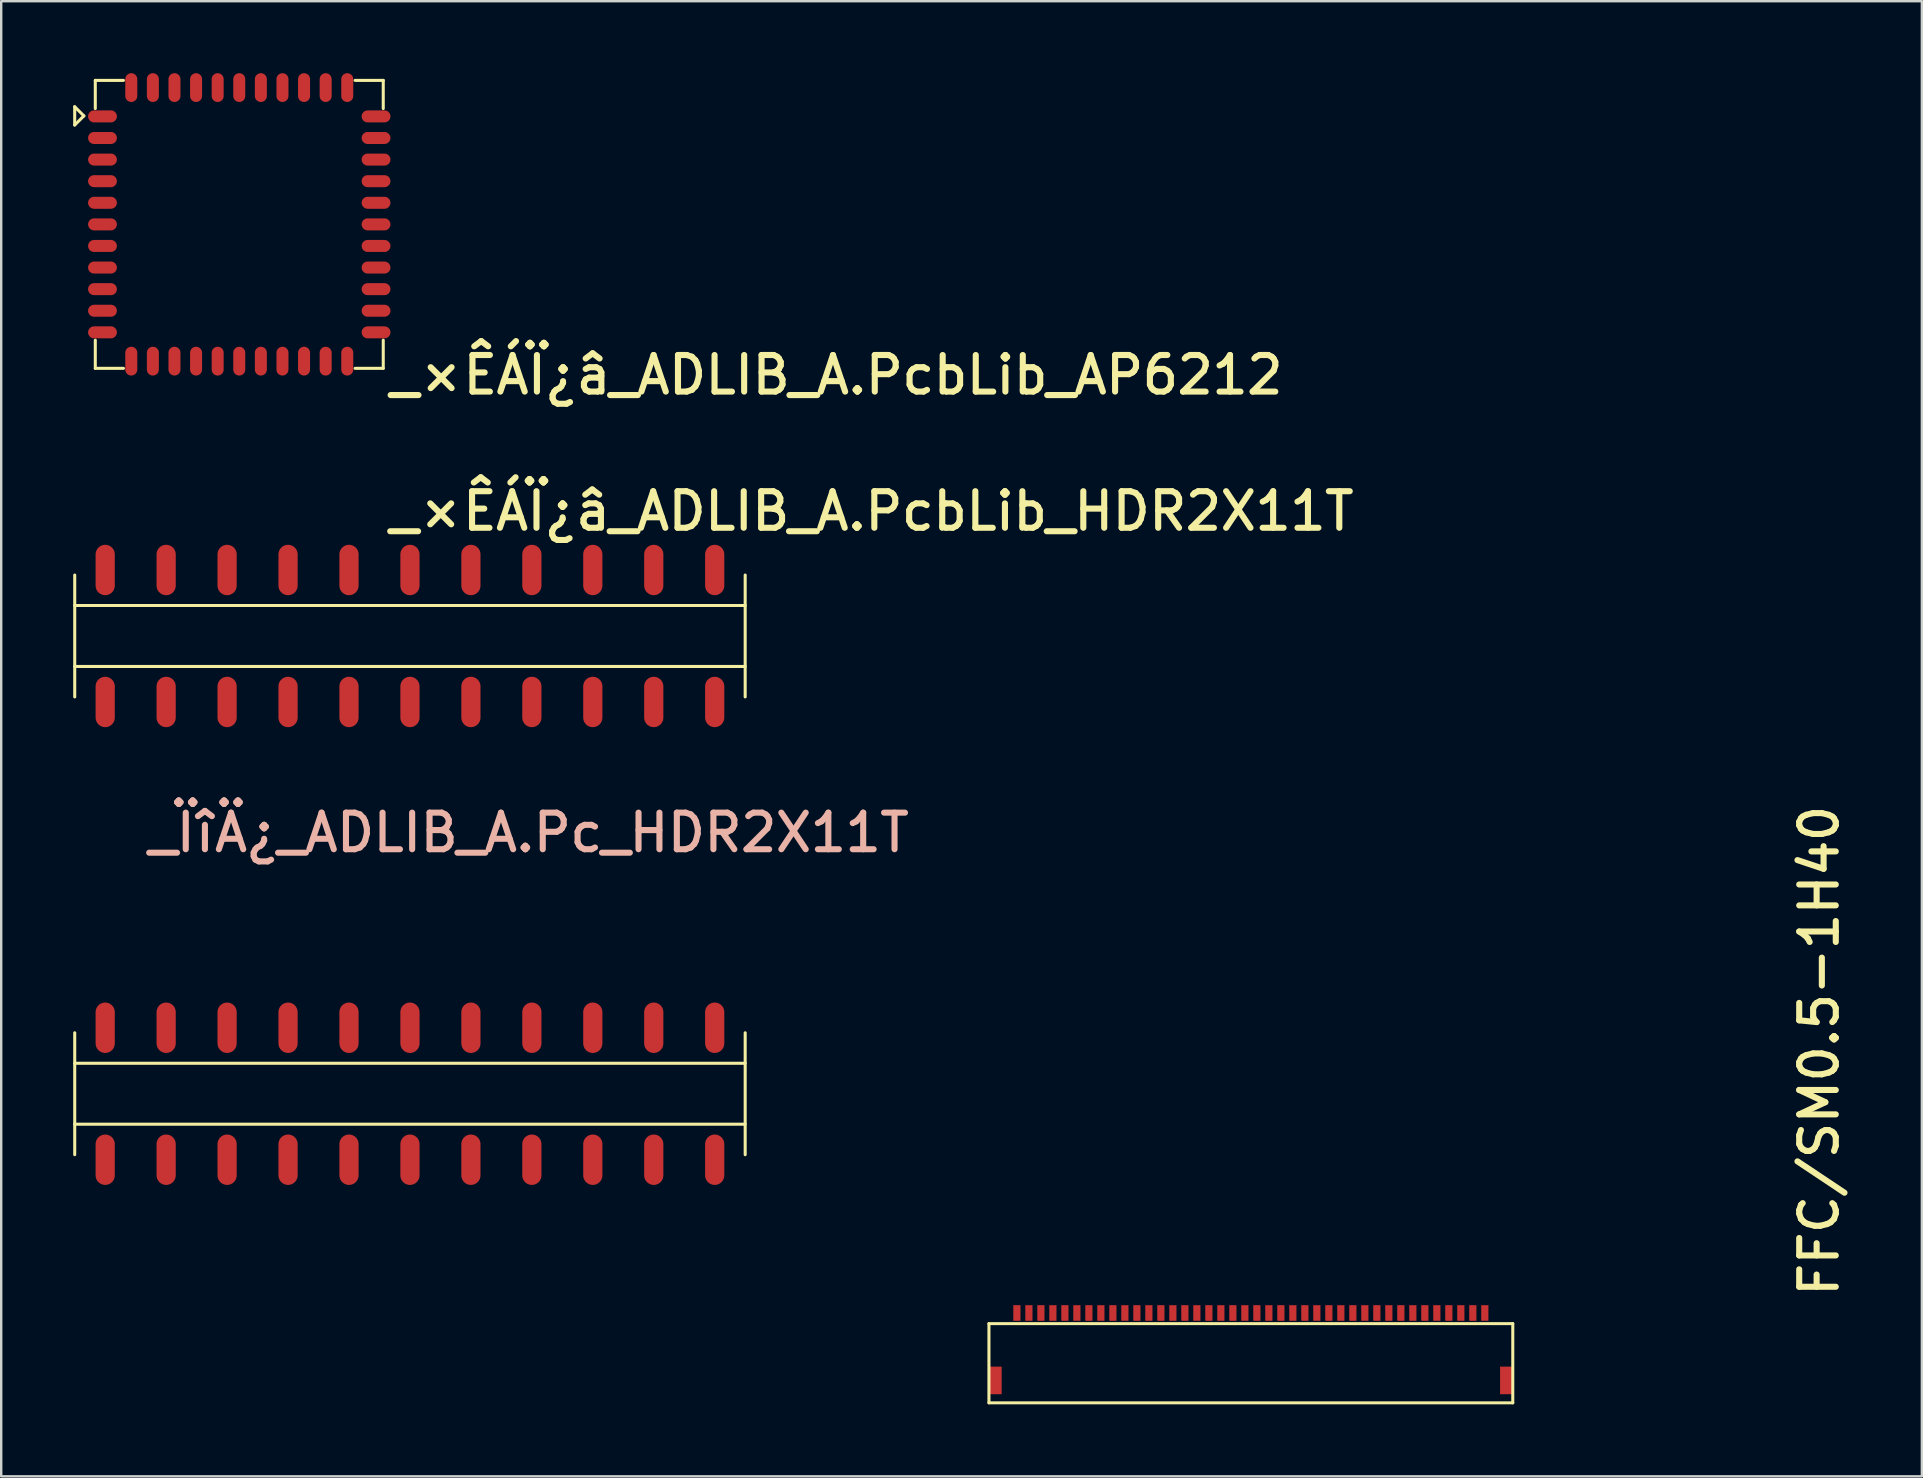
<source format=kicad_pcb>
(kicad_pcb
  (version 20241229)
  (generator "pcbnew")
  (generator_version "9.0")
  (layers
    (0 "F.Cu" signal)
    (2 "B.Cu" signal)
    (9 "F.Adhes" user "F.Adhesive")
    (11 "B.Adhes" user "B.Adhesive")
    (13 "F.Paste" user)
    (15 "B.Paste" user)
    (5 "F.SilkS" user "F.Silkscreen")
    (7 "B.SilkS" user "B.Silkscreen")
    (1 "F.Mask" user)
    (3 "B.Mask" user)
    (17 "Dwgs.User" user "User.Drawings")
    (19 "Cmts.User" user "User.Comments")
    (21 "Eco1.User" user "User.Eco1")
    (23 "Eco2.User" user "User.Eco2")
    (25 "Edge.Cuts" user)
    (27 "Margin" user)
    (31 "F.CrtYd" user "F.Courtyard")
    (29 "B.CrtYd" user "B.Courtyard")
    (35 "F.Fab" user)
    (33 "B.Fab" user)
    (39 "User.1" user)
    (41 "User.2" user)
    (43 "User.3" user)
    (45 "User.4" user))
  (footprint "_×ÊÁÏ¿â_ADLIB_A.PcbLib_AP6212"
    (layer "F.Cu")
    (at 6.921 6.3)
    (property "Reference" "_×ÊÁÏ¿â_ADLIB_A.PcbLib_AP6212" (at 6.141 7.168 0) (unlocked yes) (layer "F.SilkS") (effects (font (size 1.524 1.524) (thickness 0.254)) (justify left bottom)))
    (fp_line (start -6.858 -4.14) (end -6.858 -4.902) (stroke (width 0.127) (type solid)) (layer "F.SilkS"))
    (fp_line (start -6.477 -4.521) (end -6.858 -4.902) (stroke (width 0.127) (type solid)) (layer "F.SilkS"))
    (fp_line (start -6.477 -4.521) (end -6.858 -4.14) (stroke (width 0.127) (type solid)) (layer "F.SilkS"))
    (fp_line (start -6 -4.826) (end -6 -6) (stroke (width 0.127) (type solid)) (layer "F.SilkS"))
    (fp_line (start -6 6) (end -6 4.826) (stroke (width 0.127) (type solid)) (layer "F.SilkS"))
    (fp_line (start -4.826 -6) (end -6 -6) (stroke (width 0.127) (type solid)) (layer "F.SilkS"))
    (fp_line (start -4.826 6) (end -6 6) (stroke (width 0.127) (type solid)) (layer "F.SilkS"))
    (fp_line (start 6 -6) (end 4.826 -6) (stroke (width 0.127) (type solid)) (layer "F.SilkS"))
    (fp_line (start 6 -4.826) (end 6 -6) (stroke (width 0.127) (type solid)) (layer "F.SilkS"))
    (fp_line (start 6 6) (end 4.826 6) (stroke (width 0.127) (type solid)) (layer "F.SilkS"))
    (fp_line (start 6 6) (end 6 4.826) (stroke (width 0.127) (type solid)) (layer "F.SilkS"))
    (pad "1" smd oval (at -5.7 -4.5 270) (size 0.5 1.2) (layers "F.Cu" "F.Mask" "F.Paste"))
    (pad "2" smd oval (at -5.7 -3.6 270) (size 0.5 1.2) (layers "F.Cu" "F.Mask" "F.Paste"))
    (pad "3" smd oval (at -5.7 -2.7 90) (size 0.5 1.2) (layers "F.Cu" "F.Mask" "F.Paste"))
    (pad "4" smd oval (at -5.7 -1.8 90) (size 0.5 1.2) (layers "F.Cu" "F.Mask" "F.Paste"))
    (pad "5" smd oval (at -5.7 -0.9 270) (size 0.5 1.2) (layers "F.Cu" "F.Mask" "F.Paste"))
    (pad "6" smd oval (at -5.7 0 90) (size 0.5 1.2) (layers "F.Cu" "F.Mask" "F.Paste"))
    (pad "7" smd oval (at -5.7 0.9 90) (size 0.5 1.2) (layers "F.Cu" "F.Mask" "F.Paste"))
    (pad "8" smd oval (at -5.7 1.8 270) (size 0.5 1.2) (layers "F.Cu" "F.Mask" "F.Paste"))
    (pad "9" smd oval (at -5.7 2.7 270) (size 0.5 1.2) (layers "F.Cu" "F.Mask" "F.Paste"))
    (pad "10" smd oval (at -5.7 3.6 270) (size 0.5 1.2) (layers "F.Cu" "F.Mask" "F.Paste"))
    (pad "11" smd oval (at -5.7 4.5 90) (size 0.5 1.2) (layers "F.Cu" "F.Mask" "F.Paste"))
    (pad "12" smd oval (at -4.5 5.7) (size 0.5 1.2) (layers "F.Cu" "F.Mask" "F.Paste"))
    (pad "13" smd oval (at -3.6 5.7) (size 0.5 1.2) (layers "F.Cu" "F.Mask" "F.Paste"))
    (pad "14" smd oval (at -2.7 5.7 180) (size 0.5 1.2) (layers "F.Cu" "F.Mask" "F.Paste"))
    (pad "15" smd oval (at -1.8 5.7 180) (size 0.5 1.2) (layers "F.Cu" "F.Mask" "F.Paste"))
    (pad "16" smd oval (at -0.9 5.7) (size 0.5 1.2) (layers "F.Cu" "F.Mask" "F.Paste"))
    (pad "17" smd oval (at 0 5.7 180) (size 0.5 1.2) (layers "F.Cu" "F.Mask" "F.Paste"))
    (pad "18" smd oval (at 0.9 5.7 180) (size 0.5 1.2) (layers "F.Cu" "F.Mask" "F.Paste"))
    (pad "19" smd oval (at 1.8 5.7) (size 0.5 1.2) (layers "F.Cu" "F.Mask" "F.Paste"))
    (pad "20" smd oval (at 2.7 5.7) (size 0.5 1.2) (layers "F.Cu" "F.Mask" "F.Paste"))
    (pad "21" smd oval (at 3.6 5.7) (size 0.5 1.2) (layers "F.Cu" "F.Mask" "F.Paste"))
    (pad "22" smd oval (at 4.5 5.7 180) (size 0.5 1.2) (layers "F.Cu" "F.Mask" "F.Paste"))
    (pad "23" smd oval (at 5.7 4.5 90) (size 0.5 1.2) (layers "F.Cu" "F.Mask" "F.Paste"))
    (pad "24" smd oval (at 5.7 3.6 270) (size 0.5 1.2) (layers "F.Cu" "F.Mask" "F.Paste"))
    (pad "25" smd oval (at 5.7 2.7 270) (size 0.5 1.2) (layers "F.Cu" "F.Mask" "F.Paste"))
    (pad "26" smd oval (at 5.7 1.8 270) (size 0.5 1.2) (layers "F.Cu" "F.Mask" "F.Paste"))
    (pad "27" smd oval (at 5.7 0.9 90) (size 0.5 1.2) (layers "F.Cu" "F.Mask" "F.Paste"))
    (pad "28" smd oval (at 5.7 0 90) (size 0.5 1.2) (layers "F.Cu" "F.Mask" "F.Paste"))
    (pad "29" smd oval (at 5.7 -0.9 270) (size 0.5 1.2) (layers "F.Cu" "F.Mask" "F.Paste"))
    (pad "30" smd oval (at 5.7 -1.8 90) (size 0.5 1.2) (layers "F.Cu" "F.Mask" "F.Paste"))
    (pad "31" smd oval (at 5.7 -2.7 90) (size 0.5 1.2) (layers "F.Cu" "F.Mask" "F.Paste"))
    (pad "32" smd oval (at 5.7 -3.6 270) (size 0.5 1.2) (layers "F.Cu" "F.Mask" "F.Paste"))
    (pad "33" smd oval (at 5.7 -4.5 270) (size 0.5 1.2) (layers "F.Cu" "F.Mask" "F.Paste"))
    (pad "34" smd oval (at 4.5 -5.7 180) (size 0.5 1.2) (layers "F.Cu" "F.Mask" "F.Paste"))
    (pad "35" smd oval (at 3.6 -5.7) (size 0.5 1.2) (layers "F.Cu" "F.Mask" "F.Paste"))
    (pad "36" smd oval (at 2.7 -5.7) (size 0.5 1.2) (layers "F.Cu" "F.Mask" "F.Paste"))
    (pad "37" smd oval (at 1.8 -5.7) (size 0.5 1.2) (layers "F.Cu" "F.Mask" "F.Paste"))
    (pad "38" smd oval (at 0.9 -5.7 180) (size 0.5 1.2) (layers "F.Cu" "F.Mask" "F.Paste"))
    (pad "39" smd oval (at 0 -5.7 180) (size 0.5 1.2) (layers "F.Cu" "F.Mask" "F.Paste"))
    (pad "40" smd oval (at -0.9 -5.7) (size 0.5 1.2) (layers "F.Cu" "F.Mask" "F.Paste"))
    (pad "41" smd oval (at -1.8 -5.7 180) (size 0.5 1.2) (layers "F.Cu" "F.Mask" "F.Paste"))
    (pad "42" smd oval (at -2.7 -5.7 180) (size 0.5 1.2) (layers "F.Cu" "F.Mask" "F.Paste"))
    (pad "43" smd oval (at -3.6 -5.7) (size 0.5 1.2) (layers "F.Cu" "F.Mask" "F.Paste"))
    (pad "44" smd oval (at -4.5 -5.7) (size 0.5 1.2) (layers "F.Cu" "F.Mask" "F.Paste")))
  (footprint "_×ÊÁÏ¿â_ADLIB_A.PcbLib_HDR2X11T"
    (layer "F.Cu")
    (at 14.034 23.453)
    (property "Reference" "_×ÊÁÏ¿â_ADLIB_A.PcbLib_HDR2X11T" (at -0.99 -4.31 0) (unlocked yes) (layer "F.SilkS") (effects (font (size 1.524 1.524) (thickness 0.254)) (justify left bottom)))
    (fp_line (start -13.97 -1.27) (end 13.97 -1.27) (stroke (width 0.127) (type solid)) (layer "F.SilkS"))
    (fp_line (start -13.97 1.27) (end 13.97 1.27) (stroke (width 0.127) (type solid)) (layer "F.SilkS"))
    (fp_line (start -13.97 2.54) (end -13.97 -2.54) (stroke (width 0.127) (type solid)) (layer "F.SilkS"))
    (fp_line (start 13.97 2.54) (end 13.97 -2.54) (stroke (width 0.127) (type solid)) (layer "F.SilkS"))
    (pad "1" smd oval (at -12.7 2.75) (size 0.8 2.1) (layers "F.Cu" "F.Mask" "F.Paste"))
    (pad "2" smd oval (at -12.7 -2.75) (size 0.8 2.1) (layers "F.Cu" "F.Mask" "F.Paste"))
    (pad "3" smd oval (at -10.16 2.75) (size 0.8 2.1) (layers "F.Cu" "F.Mask" "F.Paste"))
    (pad "4" smd oval (at -10.16 -2.75) (size 0.8 2.1) (layers "F.Cu" "F.Mask" "F.Paste"))
    (pad "5" smd oval (at -7.62 2.75) (size 0.8 2.1) (layers "F.Cu" "F.Mask" "F.Paste"))
    (pad "6" smd oval (at -7.62 -2.75) (size 0.8 2.1) (layers "F.Cu" "F.Mask" "F.Paste"))
    (pad "7" smd oval (at -5.08 2.75) (size 0.8 2.1) (layers "F.Cu" "F.Mask" "F.Paste"))
    (pad "8" smd oval (at -5.08 -2.75) (size 0.8 2.1) (layers "F.Cu" "F.Mask" "F.Paste"))
    (pad "9" smd oval (at -2.54 2.75) (size 0.8 2.1) (layers "F.Cu" "F.Mask" "F.Paste"))
    (pad "10" smd oval (at -2.54 -2.75) (size 0.8 2.1) (layers "F.Cu" "F.Mask" "F.Paste"))
    (pad "11" smd oval (at 0 2.75) (size 0.8 2.1) (layers "F.Cu" "F.Mask" "F.Paste"))
    (pad "12" smd oval (at 0 -2.75) (size 0.8 2.1) (layers "F.Cu" "F.Mask" "F.Paste"))
    (pad "13" smd oval (at 2.54 2.75) (size 0.8 2.1) (layers "F.Cu" "F.Mask" "F.Paste"))
    (pad "14" smd oval (at 2.54 -2.75) (size 0.8 2.1) (layers "F.Cu" "F.Mask" "F.Paste"))
    (pad "15" smd oval (at 5.08 2.75) (size 0.8 2.1) (layers "F.Cu" "F.Mask" "F.Paste"))
    (pad "16" smd oval (at 5.08 -2.75) (size 0.8 2.1) (layers "F.Cu" "F.Mask" "F.Paste"))
    (pad "17" smd oval (at 7.62 2.75) (size 0.8 2.1) (layers "F.Cu" "F.Mask" "F.Paste"))
    (pad "18" smd oval (at 7.62 -2.75) (size 0.8 2.1) (layers "F.Cu" "F.Mask" "F.Paste"))
    (pad "19" smd oval (at 10.16 2.75) (size 0.8 2.1) (layers "F.Cu" "F.Mask" "F.Paste"))
    (pad "20" smd oval (at 10.16 -2.75) (size 0.8 2.1) (layers "F.Cu" "F.Mask" "F.Paste"))
    (pad "21" smd oval (at 12.7 2.75) (size 0.8 2.1) (layers "F.Cu" "F.Mask" "F.Paste"))
    (pad "22" smd oval (at 12.7 -2.75) (size 0.8 2.1) (layers "F.Cu" "F.Mask" "F.Paste")))
  (footprint "FFC{slash}SM0.5-1H40"
    (layer "F.Cu")
    (at 49.077 53.071)
    (property "Reference" "FFC{slash}SM0.5-1H40" (at 24.575 -1.968 90) (unlocked yes) (layer "F.SilkS") (effects (font (size 1.524 1.524) (thickness 0.254)) (justify left bottom)))
    (fp_line (start -10.915 -0.961) (end 10.915 -0.961) (stroke (width 0.127) (type solid)) (layer "F.SilkS"))
    (fp_line (start -10.915 2.339) (end -10.915 -0.961) (stroke (width 0.127) (type solid)) (layer "F.SilkS"))
    (fp_line (start -10.915 2.339) (end 10.915 2.339) (stroke (width 0.127) (type solid)) (layer "F.SilkS"))
    (fp_line (start 10.915 2.339) (end 10.915 -0.961) (stroke (width 0.127) (type solid)) (layer "F.SilkS"))
    (pad "1" smd rect (at -9.75 -1.405 270) (size 0.65 0.3) (layers "F.Cu" "F.Mask" "F.Paste"))
    (pad "2" smd rect (at -9.25 -1.405 270) (size 0.65 0.3) (layers "F.Cu" "F.Mask" "F.Paste"))
    (pad "3" smd rect (at -8.75 -1.405 270) (size 0.65 0.3) (layers "F.Cu" "F.Mask" "F.Paste"))
    (pad "4" smd rect (at -8.25 -1.405 270) (size 0.65 0.3) (layers "F.Cu" "F.Mask" "F.Paste"))
    (pad "5" smd rect (at -7.75 -1.405 270) (size 0.65 0.3) (layers "F.Cu" "F.Mask" "F.Paste"))
    (pad "6" smd rect (at -7.25 -1.405 270) (size 0.65 0.3) (layers "F.Cu" "F.Mask" "F.Paste"))
    (pad "7" smd rect (at -6.75 -1.405 270) (size 0.65 0.3) (layers "F.Cu" "F.Mask" "F.Paste"))
    (pad "8" smd rect (at -6.25 -1.405 270) (size 0.65 0.3) (layers "F.Cu" "F.Mask" "F.Paste"))
    (pad "9" smd rect (at -5.75 -1.405 270) (size 0.65 0.3) (layers "F.Cu" "F.Mask" "F.Paste"))
    (pad "10" smd rect (at -5.25 -1.405 270) (size 0.65 0.3) (layers "F.Cu" "F.Mask" "F.Paste"))
    (pad "11" smd rect (at -4.75 -1.405 270) (size 0.65 0.3) (layers "F.Cu" "F.Mask" "F.Paste"))
    (pad "12" smd rect (at -4.25 -1.405 270) (size 0.65 0.3) (layers "F.Cu" "F.Mask" "F.Paste"))
    (pad "13" smd rect (at -3.75 -1.405 270) (size 0.65 0.3) (layers "F.Cu" "F.Mask" "F.Paste"))
    (pad "14" smd rect (at -3.25 -1.405 270) (size 0.65 0.3) (layers "F.Cu" "F.Mask" "F.Paste"))
    (pad "15" smd rect (at -2.75 -1.405 270) (size 0.65 0.3) (layers "F.Cu" "F.Mask" "F.Paste"))
    (pad "16" smd rect (at -2.25 -1.405 270) (size 0.65 0.3) (layers "F.Cu" "F.Mask" "F.Paste"))
    (pad "17" smd rect (at -1.75 -1.405 270) (size 0.65 0.3) (layers "F.Cu" "F.Mask" "F.Paste"))
    (pad "18" smd rect (at -1.25 -1.405 270) (size 0.65 0.3) (layers "F.Cu" "F.Mask" "F.Paste"))
    (pad "19" smd rect (at -0.75 -1.405 270) (size 0.65 0.3) (layers "F.Cu" "F.Mask" "F.Paste"))
    (pad "20" smd rect (at -0.25 -1.405 270) (size 0.65 0.3) (layers "F.Cu" "F.Mask" "F.Paste"))
    (pad "21" smd rect (at 0.25 -1.405 270) (size 0.65 0.3) (layers "F.Cu" "F.Mask" "F.Paste"))
    (pad "22" smd rect (at 0.75 -1.405 270) (size 0.65 0.3) (layers "F.Cu" "F.Mask" "F.Paste"))
    (pad "23" smd rect (at 1.25 -1.405 270) (size 0.65 0.3) (layers "F.Cu" "F.Mask" "F.Paste"))
    (pad "24" smd rect (at 1.75 -1.405 270) (size 0.65 0.3) (layers "F.Cu" "F.Mask" "F.Paste"))
    (pad "25" smd rect (at 2.25 -1.405 270) (size 0.65 0.3) (layers "F.Cu" "F.Mask" "F.Paste"))
    (pad "26" smd rect (at 2.75 -1.405 270) (size 0.65 0.3) (layers "F.Cu" "F.Mask" "F.Paste"))
    (pad "27" smd rect (at 3.25 -1.405 270) (size 0.65 0.3) (layers "F.Cu" "F.Mask" "F.Paste"))
    (pad "28" smd rect (at 3.75 -1.405 270) (size 0.65 0.3) (layers "F.Cu" "F.Mask" "F.Paste"))
    (pad "29" smd rect (at 4.25 -1.405 270) (size 0.65 0.3) (layers "F.Cu" "F.Mask" "F.Paste"))
    (pad "30" smd rect (at 4.75 -1.405 270) (size 0.65 0.3) (layers "F.Cu" "F.Mask" "F.Paste"))
    (pad "31" smd rect (at 5.25 -1.405 270) (size 0.65 0.3) (layers "F.Cu" "F.Mask" "F.Paste"))
    (pad "32" smd rect (at 5.75 -1.405 270) (size 0.65 0.3) (layers "F.Cu" "F.Mask" "F.Paste"))
    (pad "33" smd rect (at 6.25 -1.405 270) (size 0.65 0.3) (layers "F.Cu" "F.Mask" "F.Paste"))
    (pad "34" smd rect (at 6.75 -1.405 270) (size 0.65 0.3) (layers "F.Cu" "F.Mask" "F.Paste"))
    (pad "35" smd rect (at 7.25 -1.405 270) (size 0.65 0.3) (layers "F.Cu" "F.Mask" "F.Paste"))
    (pad "36" smd rect (at 7.75 -1.405 270) (size 0.65 0.3) (layers "F.Cu" "F.Mask" "F.Paste"))
    (pad "37" smd rect (at 8.25 -1.405 270) (size 0.65 0.3) (layers "F.Cu" "F.Mask" "F.Paste"))
    (pad "38" smd rect (at 8.75 -1.405 270) (size 0.65 0.3) (layers "F.Cu" "F.Mask" "F.Paste"))
    (pad "39" smd rect (at 9.25 -1.405 270) (size 0.65 0.3) (layers "F.Cu" "F.Mask" "F.Paste"))
    (pad "40" smd rect (at 9.75 -1.405 270) (size 0.65 0.3) (layers "F.Cu" "F.Mask" "F.Paste"))
    (pad "G" smd rect (at -10.635 1.405 270) (size 1.15 0.5) (layers "F.Cu" "F.Mask" "F.Paste"))
    (pad "G" smd rect (at 10.635 1.405 270) (size 1.15 0.5) (layers "F.Cu" "F.Mask" "F.Paste")))
  (footprint "_ÏîÄ¿_ADLIB_A.Pc_HDR2X11T"
    (layer "F.Cu")
    (at 14.034 42.529)
    (property "Reference" "_ÏîÄ¿_ADLIB_A.Pc_HDR2X11T" (at -11.034 -9.99 0) (unlocked yes) (layer "B.SilkS") (effects (font (size 1.524 1.524) (thickness 0.254)) (justify left bottom)))
    (fp_line (start -13.97 -1.27) (end 13.97 -1.27) (stroke (width 0.127) (type solid)) (layer "F.SilkS"))
    (fp_line (start -13.97 1.27) (end 13.97 1.27) (stroke (width 0.127) (type solid)) (layer "F.SilkS"))
    (fp_line (start -13.97 2.54) (end -13.97 -2.54) (stroke (width 0.127) (type solid)) (layer "F.SilkS"))
    (fp_line (start 13.97 2.54) (end 13.97 -2.54) (stroke (width 0.127) (type solid)) (layer "F.SilkS"))
    (pad "1" smd oval (at -12.7 2.75) (size 0.8 2.1) (layers "F.Cu" "F.Mask" "F.Paste"))
    (pad "2" smd oval (at -12.7 -2.75) (size 0.8 2.1) (layers "F.Cu" "F.Mask" "F.Paste"))
    (pad "3" smd oval (at -10.16 2.75) (size 0.8 2.1) (layers "F.Cu" "F.Mask" "F.Paste"))
    (pad "4" smd oval (at -10.16 -2.75) (size 0.8 2.1) (layers "F.Cu" "F.Mask" "F.Paste"))
    (pad "5" smd oval (at -7.62 2.75) (size 0.8 2.1) (layers "F.Cu" "F.Mask" "F.Paste"))
    (pad "6" smd oval (at -7.62 -2.75) (size 0.8 2.1) (layers "F.Cu" "F.Mask" "F.Paste"))
    (pad "7" smd oval (at -5.08 2.75) (size 0.8 2.1) (layers "F.Cu" "F.Mask" "F.Paste"))
    (pad "8" smd oval (at -5.08 -2.75) (size 0.8 2.1) (layers "F.Cu" "F.Mask" "F.Paste"))
    (pad "9" smd oval (at -2.54 2.75) (size 0.8 2.1) (layers "F.Cu" "F.Mask" "F.Paste"))
    (pad "10" smd oval (at -2.54 -2.75) (size 0.8 2.1) (layers "F.Cu" "F.Mask" "F.Paste"))
    (pad "11" smd oval (at 0 2.75) (size 0.8 2.1) (layers "F.Cu" "F.Mask" "F.Paste"))
    (pad "12" smd oval (at 0 -2.75) (size 0.8 2.1) (layers "F.Cu" "F.Mask" "F.Paste"))
    (pad "13" smd oval (at 2.54 2.75) (size 0.8 2.1) (layers "F.Cu" "F.Mask" "F.Paste"))
    (pad "14" smd oval (at 2.54 -2.75) (size 0.8 2.1) (layers "F.Cu" "F.Mask" "F.Paste"))
    (pad "15" smd oval (at 5.08 2.75) (size 0.8 2.1) (layers "F.Cu" "F.Mask" "F.Paste"))
    (pad "16" smd oval (at 5.08 -2.75) (size 0.8 2.1) (layers "F.Cu" "F.Mask" "F.Paste"))
    (pad "17" smd oval (at 7.62 2.75) (size 0.8 2.1) (layers "F.Cu" "F.Mask" "F.Paste"))
    (pad "18" smd oval (at 7.62 -2.75) (size 0.8 2.1) (layers "F.Cu" "F.Mask" "F.Paste"))
    (pad "19" smd oval (at 10.16 2.75) (size 0.8 2.1) (layers "F.Cu" "F.Mask" "F.Paste"))
    (pad "20" smd oval (at 10.16 -2.75) (size 0.8 2.1) (layers "F.Cu" "F.Mask" "F.Paste"))
    (pad "21" smd oval (at 12.7 2.75) (size 0.8 2.1) (layers "F.Cu" "F.Mask" "F.Paste"))
    (pad "22" smd oval (at 12.7 -2.75) (size 0.8 2.1) (layers "F.Cu" "F.Mask" "F.Paste")))
  (gr_rect
    (start -3 -3)
    (end 77.04 58.474)
    (stroke (width 0.1) (type default))
    (fill no)
    (layer "Edge.Cuts")))
</source>
